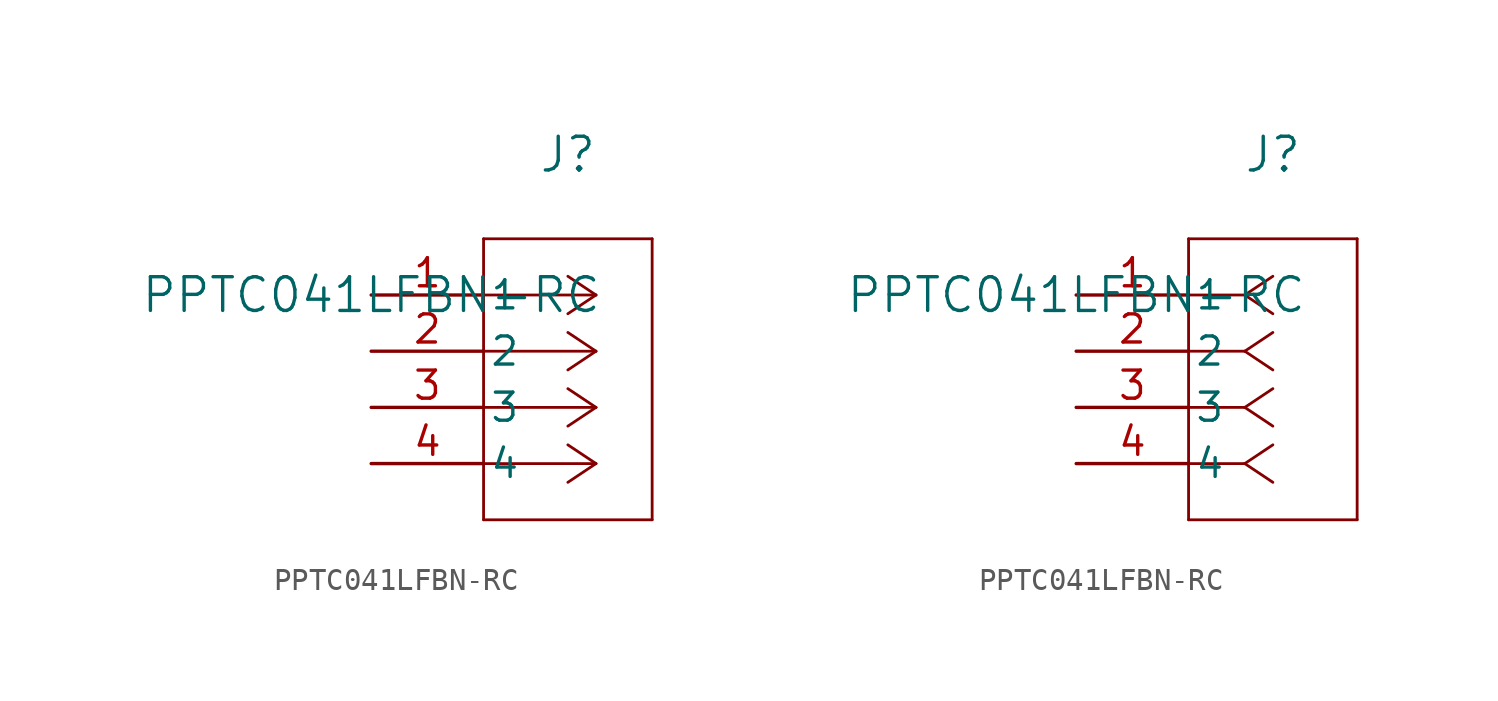
<source format=kicad_sym>
(kicad_symbol_lib
  (version 20211014)
  (generator kicad_symbol_editor)
  (symbol "PPTC041LFBN-RC"
    (pin_names
      (offset 0.254))
    (property "Reference" "J"
      (at 8.89 6.35 0)
      (effects (font (size 1.524 1.524))))
    (property "Value" "PPTC041LFBN-RC"
      (at 0 0 0)
      (effects (font (size 1.524 1.524))))
    (symbol "PPTC041LFBN-RC_1_1"
      (polyline (pts (xy 10.16 0) (xy 5.08 0)) (stroke (width 0.127) (type default) (color 0 0 0 0)) (fill (type none)))
      (polyline (pts (xy 10.16 -2.54) (xy 5.08 -2.54)) (stroke (width 0.127) (type default) (color 0 0 0 0)) (fill (type none)))
      (polyline (pts (xy 10.16 -5.08) (xy 5.08 -5.08)) (stroke (width 0.127) (type default) (color 0 0 0 0)) (fill (type none)))
      (polyline (pts (xy 10.16 -7.62) (xy 5.08 -7.62)) (stroke (width 0.127) (type default) (color 0 0 0 0)) (fill (type none)))
      (polyline (pts (xy 10.16 0) (xy 8.89 0.847)) (stroke (width 0.127) (type default) (color 0 0 0 0)) (fill (type none)))
      (polyline (pts (xy 10.16 -2.54) (xy 8.89 -1.693)) (stroke (width 0.127) (type default) (color 0 0 0 0)) (fill (type none)))
      (polyline (pts (xy 10.16 -5.08) (xy 8.89 -4.233)) (stroke (width 0.127) (type default) (color 0 0 0 0)) (fill (type none)))
      (polyline (pts (xy 10.16 -7.62) (xy 8.89 -6.773)) (stroke (width 0.127) (type default) (color 0 0 0 0)) (fill (type none)))
      (polyline (pts (xy 10.16 0) (xy 8.89 -0.847)) (stroke (width 0.127) (type default) (color 0 0 0 0)) (fill (type none)))
      (polyline (pts (xy 10.16 -2.54) (xy 8.89 -3.387)) (stroke (width 0.127) (type default) (color 0 0 0 0)) (fill (type none)))
      (polyline (pts (xy 10.16 -5.08) (xy 8.89 -5.927)) (stroke (width 0.127) (type default) (color 0 0 0 0)) (fill (type none)))
      (polyline (pts (xy 10.16 -7.62) (xy 8.89 -8.467)) (stroke (width 0.127) (type default) (color 0 0 0 0)) (fill (type none)))
      (polyline (pts (xy 5.08 2.54) (xy 5.08 -10.16)) (stroke (width 0.127) (type default) (color 0 0 0 0)) (fill (type none)))
      (polyline (pts (xy 5.08 -10.16) (xy 12.7 -10.16)) (stroke (width 0.127) (type default) (color 0 0 0 0)) (fill (type none)))
      (polyline (pts (xy 12.7 -10.16) (xy 12.7 2.54)) (stroke (width 0.127) (type default) (color 0 0 0 0)) (fill (type none)))
      (polyline (pts (xy 12.7 2.54) (xy 5.08 2.54)) (stroke (width 0.127) (type default) (color 0 0 0 0)) (fill (type none)))
      (pin unspecified line (at 0 0 0) (length 5.08) (name "1" (effects (font (size 1.27 1.27)))) (number "1" (effects (font (size 1.27 1.27)))))
      (pin unspecified line (at 0 -2.54 0) (length 5.08) (name "2" (effects (font (size 1.27 1.27)))) (number "2" (effects (font (size 1.27 1.27)))))
      (pin unspecified line (at 0 -5.08 0) (length 5.08) (name "3" (effects (font (size 1.27 1.27)))) (number "3" (effects (font (size 1.27 1.27)))))
      (pin unspecified line (at 0 -7.62 0) (length 5.08) (name "4" (effects (font (size 1.27 1.27)))) (number "4" (effects (font (size 1.27 1.27))))))
    (symbol "PPTC041LFBN-RC_1_2"
      (polyline (pts (xy 7.62 0) (xy 5.08 0)) (stroke (width 0.127) (type default) (color 0 0 0 0)) (fill (type none)))
      (polyline (pts (xy 7.62 -2.54) (xy 5.08 -2.54)) (stroke (width 0.127) (type default) (color 0 0 0 0)) (fill (type none)))
      (polyline (pts (xy 7.62 -5.08) (xy 5.08 -5.08)) (stroke (width 0.127) (type default) (color 0 0 0 0)) (fill (type none)))
      (polyline (pts (xy 7.62 -7.62) (xy 5.08 -7.62)) (stroke (width 0.127) (type default) (color 0 0 0 0)) (fill (type none)))
      (polyline (pts (xy 7.62 0) (xy 8.89 0.847)) (stroke (width 0.127) (type default) (color 0 0 0 0)) (fill (type none)))
      (polyline (pts (xy 7.62 -2.54) (xy 8.89 -1.693)) (stroke (width 0.127) (type default) (color 0 0 0 0)) (fill (type none)))
      (polyline (pts (xy 7.62 -5.08) (xy 8.89 -4.233)) (stroke (width 0.127) (type default) (color 0 0 0 0)) (fill (type none)))
      (polyline (pts (xy 7.62 -7.62) (xy 8.89 -6.773)) (stroke (width 0.127) (type default) (color 0 0 0 0)) (fill (type none)))
      (polyline (pts (xy 7.62 0) (xy 8.89 -0.847)) (stroke (width 0.127) (type default) (color 0 0 0 0)) (fill (type none)))
      (polyline (pts (xy 7.62 -2.54) (xy 8.89 -3.387)) (stroke (width 0.127) (type default) (color 0 0 0 0)) (fill (type none)))
      (polyline (pts (xy 7.62 -5.08) (xy 8.89 -5.927)) (stroke (width 0.127) (type default) (color 0 0 0 0)) (fill (type none)))
      (polyline (pts (xy 7.62 -7.62) (xy 8.89 -8.467)) (stroke (width 0.127) (type default) (color 0 0 0 0)) (fill (type none)))
      (polyline (pts (xy 5.08 2.54) (xy 5.08 -10.16)) (stroke (width 0.127) (type default) (color 0 0 0 0)) (fill (type none)))
      (polyline (pts (xy 5.08 -10.16) (xy 12.7 -10.16)) (stroke (width 0.127) (type default) (color 0 0 0 0)) (fill (type none)))
      (polyline (pts (xy 12.7 -10.16) (xy 12.7 2.54)) (stroke (width 0.127) (type default) (color 0 0 0 0)) (fill (type none)))
      (polyline (pts (xy 12.7 2.54) (xy 5.08 2.54)) (stroke (width 0.127) (type default) (color 0 0 0 0)) (fill (type none)))
      (pin unspecified line (at 0 0 0) (length 5.08) (name "1" (effects (font (size 1.27 1.27)))) (number "1" (effects (font (size 1.27 1.27)))))
      (pin unspecified line (at 0 -2.54 0) (length 5.08) (name "2" (effects (font (size 1.27 1.27)))) (number "2" (effects (font (size 1.27 1.27)))))
      (pin unspecified line (at 0 -5.08 0) (length 5.08) (name "3" (effects (font (size 1.27 1.27)))) (number "3" (effects (font (size 1.27 1.27)))))
      (pin unspecified line (at 0 -7.62 0) (length 5.08) (name "4" (effects (font (size 1.27 1.27)))) (number "4" (effects (font (size 1.27 1.27))))))))
</source>
